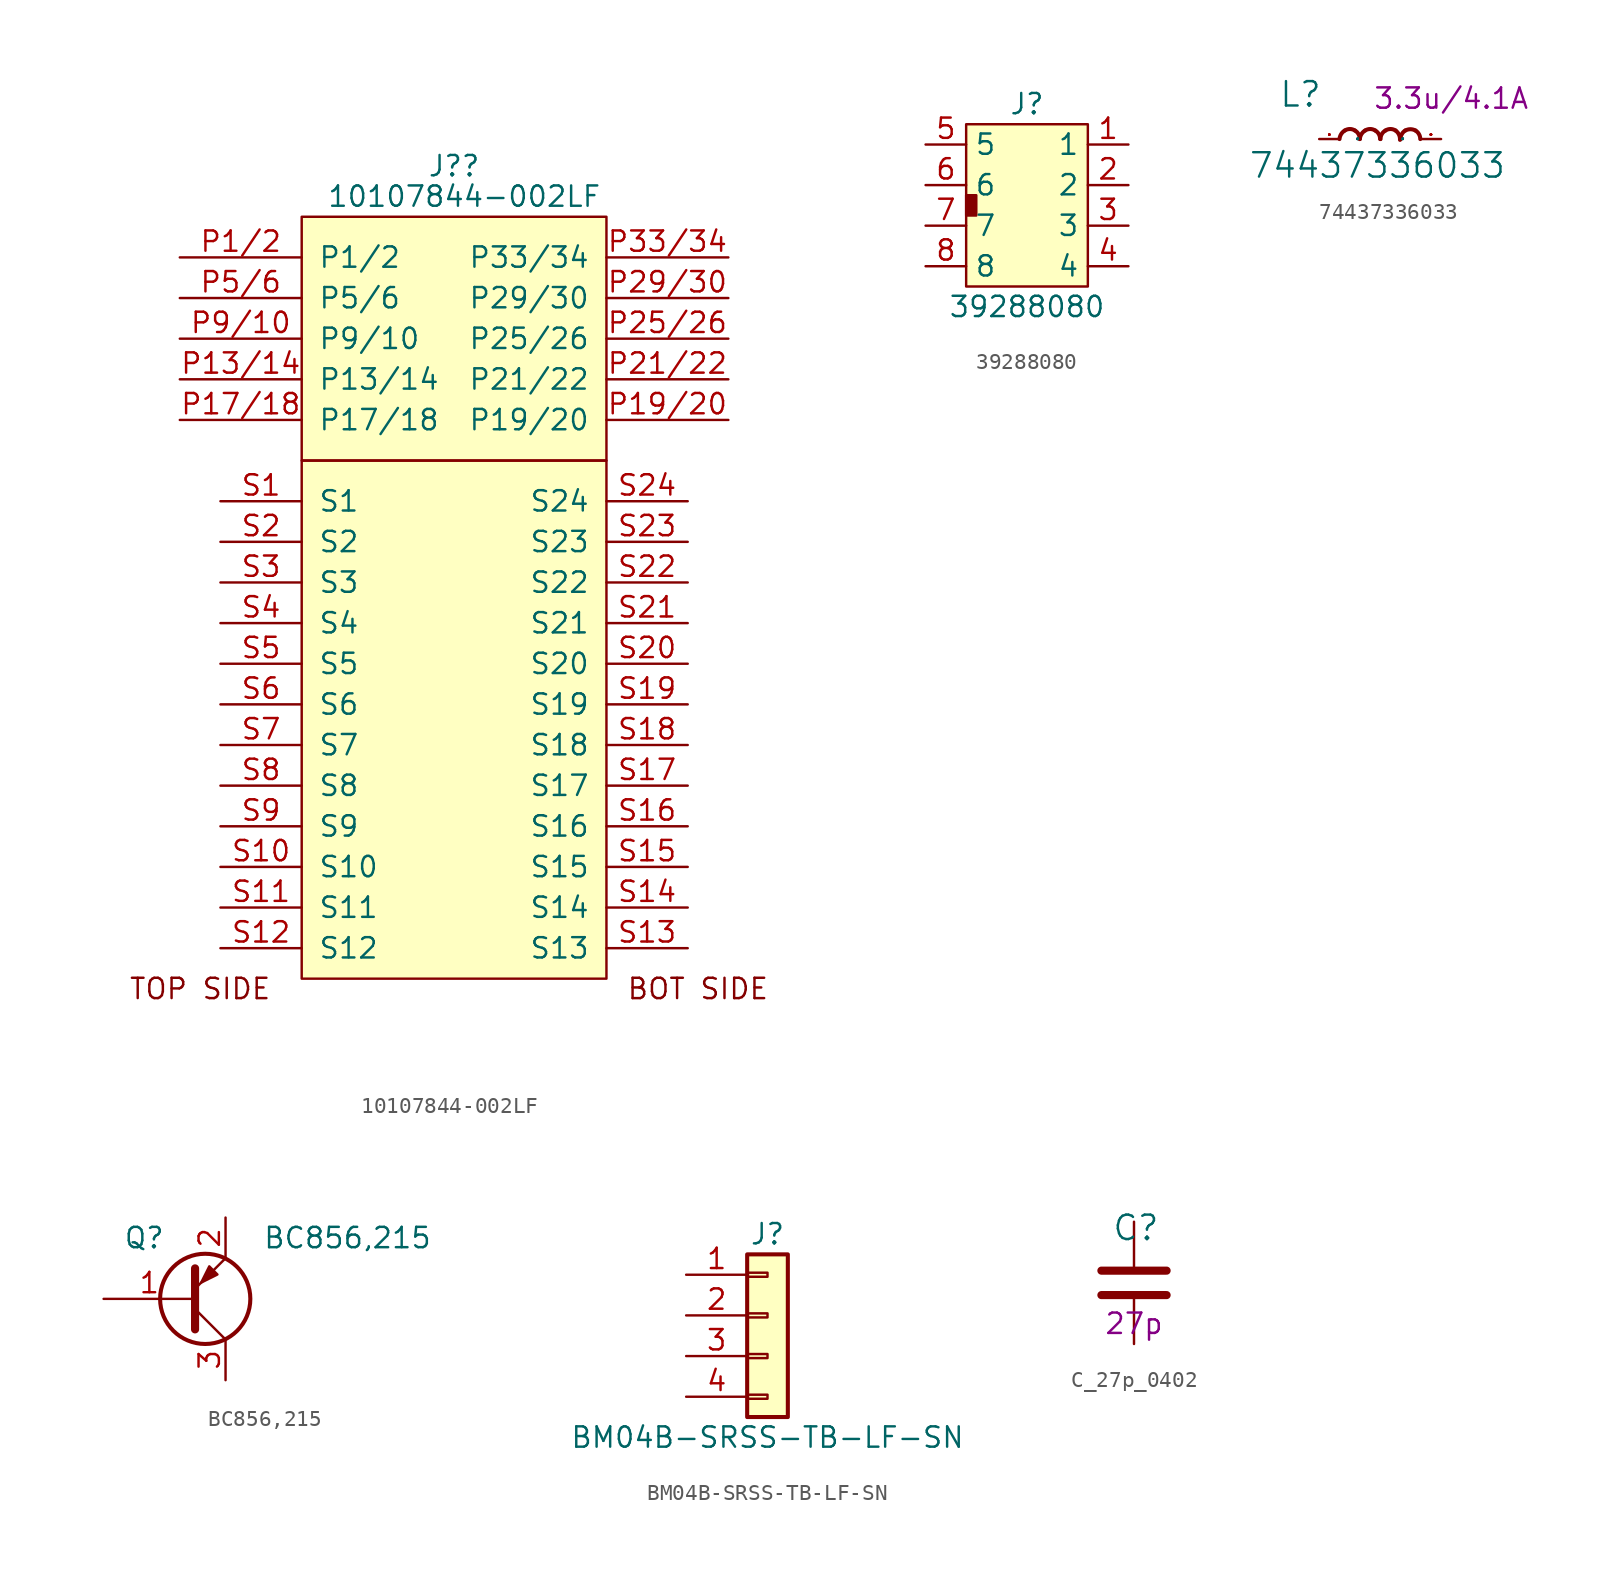
<source format=kicad_sym>
(kicad_symbol_lib
  (version 20211014)
  (generator kicad_symbol_editor)
  (symbol "10107844-002LF"
    (pin_names
      (offset 1.016))
    (property "Reference" "J?"
      (at 0 0 0)
      (effects (font (size 1.27 1.27))))
    (property "Value" "10107844-002LF"
      (at 0.635 -1.905 0)
      (effects (font (size 1.27 1.27))))
    (symbol "10107844-002LF_0_0"
      (text "BOT SIDE" (at 15.24 -51.435 0) (effects (font (size 1.27 1.27))))
      (text "TOP SIDE" (at -15.875 -51.435 0) (effects (font (size 1.27 1.27)))))
    (symbol "10107844-002LF_0_1"
      (rectangle (start -9.525 -18.415) (end 9.525 -50.8) (stroke (width 0) (type default) (color 0 0 0 0)) (fill (type background)))
      (rectangle (start -9.525 -3.175) (end 9.525 -18.415) (stroke (width 0) (type default) (color 0 0 0 0)) (fill (type background))))
    (symbol "10107844-002LF_1_1"
      (pin power_in line (at -17.145 -5.715 0) (length 7.62) (name "P1/2" (effects (font (size 1.27 1.27)))) (number "P1/2" (effects (font (size 1.27 1.27)))))
      (pin power_in line (at -17.145 -10.795 0) (length 7.62) hide (name "P11/12" (effects (font (size 1.27 1.27)))) (number "P11/12" (effects (font (size 1.27 1.27)))))
      (pin power_in line (at -17.145 -13.335 0) (length 7.62) (name "P13/14" (effects (font (size 1.27 1.27)))) (number "P13/14" (effects (font (size 1.27 1.27)))))
      (pin power_in line (at -17.145 -13.335 0) (length 7.62) hide (name "P15/16" (effects (font (size 1.27 1.27)))) (number "P15/16" (effects (font (size 1.27 1.27)))))
      (pin power_in line (at -17.145 -15.875 0) (length 7.62) (name "P17/18" (effects (font (size 1.27 1.27)))) (number "P17/18" (effects (font (size 1.27 1.27)))))
      (pin power_in line (at 17.145 -15.875 180) (length 7.62) (name "P19/20" (effects (font (size 1.27 1.27)))) (number "P19/20" (effects (font (size 1.27 1.27)))))
      (pin power_in line (at 17.145 -13.335 180) (length 7.62) (name "P21/22" (effects (font (size 1.27 1.27)))) (number "P21/22" (effects (font (size 1.27 1.27)))))
      (pin power_in line (at 17.145 -13.335 180) (length 7.62) hide (name "P23/24" (effects (font (size 1.27 1.27)))) (number "P23/24" (effects (font (size 1.27 1.27)))))
      (pin power_in line (at 17.145 -10.795 180) (length 7.62) (name "P25/26" (effects (font (size 1.27 1.27)))) (number "P25/26" (effects (font (size 1.27 1.27)))))
      (pin power_in line (at 17.145 -10.795 180) (length 7.62) hide (name "P27/28" (effects (font (size 1.27 1.27)))) (number "P27/28" (effects (font (size 1.27 1.27)))))
      (pin power_in line (at 17.145 -8.255 180) (length 7.62) (name "P29/30" (effects (font (size 1.27 1.27)))) (number "P29/30" (effects (font (size 1.27 1.27)))))
      (pin power_in line (at -17.145 -5.715 0) (length 7.62) hide (name "P3/4" (effects (font (size 1.27 1.27)))) (number "P3/4" (effects (font (size 1.27 1.27)))))
      (pin power_in line (at 17.145 -8.255 180) (length 7.62) hide (name "P31/32" (effects (font (size 1.27 1.27)))) (number "P31/32" (effects (font (size 1.27 1.27)))))
      (pin power_in line (at 17.145 -5.715 180) (length 7.62) (name "P33/34" (effects (font (size 1.27 1.27)))) (number "P33/34" (effects (font (size 1.27 1.27)))))
      (pin power_in line (at 17.145 -5.715 180) (length 7.62) hide (name "P35/36" (effects (font (size 1.27 1.27)))) (number "P35/36" (effects (font (size 1.27 1.27)))))
      (pin power_in line (at -17.145 -8.255 0) (length 7.62) (name "P5/6" (effects (font (size 1.27 1.27)))) (number "P5/6" (effects (font (size 1.27 1.27)))))
      (pin power_in line (at -17.145 -8.255 0) (length 7.62) hide (name "P7/8" (effects (font (size 1.27 1.27)))) (number "P7/8" (effects (font (size 1.27 1.27)))))
      (pin power_in line (at -17.145 -10.795 0) (length 7.62) (name "P9/10" (effects (font (size 1.27 1.27)))) (number "P9/10" (effects (font (size 1.27 1.27)))))
      (pin power_in line (at -14.605 -20.955 0) (length 5.08) (name "S1" (effects (font (size 1.27 1.27)))) (number "S1" (effects (font (size 1.27 1.27)))))
      (pin power_in line (at -14.605 -43.815 0) (length 5.08) (name "S10" (effects (font (size 1.27 1.27)))) (number "S10" (effects (font (size 1.27 1.27)))))
      (pin power_in line (at -14.605 -46.355 0) (length 5.08) (name "S11" (effects (font (size 1.27 1.27)))) (number "S11" (effects (font (size 1.27 1.27)))))
      (pin power_in line (at -14.605 -48.895 0) (length 5.08) (name "S12" (effects (font (size 1.27 1.27)))) (number "S12" (effects (font (size 1.27 1.27)))))
      (pin power_in line (at 14.605 -48.895 180) (length 5.08) (name "S13" (effects (font (size 1.27 1.27)))) (number "S13" (effects (font (size 1.27 1.27)))))
      (pin power_in line (at 14.605 -46.355 180) (length 5.08) (name "S14" (effects (font (size 1.27 1.27)))) (number "S14" (effects (font (size 1.27 1.27)))))
      (pin power_in line (at 14.605 -43.815 180) (length 5.08) (name "S15" (effects (font (size 1.27 1.27)))) (number "S15" (effects (font (size 1.27 1.27)))))
      (pin power_in line (at 14.605 -41.275 180) (length 5.08) (name "S16" (effects (font (size 1.27 1.27)))) (number "S16" (effects (font (size 1.27 1.27)))))
      (pin power_in line (at 14.605 -38.735 180) (length 5.08) (name "S17" (effects (font (size 1.27 1.27)))) (number "S17" (effects (font (size 1.27 1.27)))))
      (pin power_in line (at 14.605 -36.195 180) (length 5.08) (name "S18" (effects (font (size 1.27 1.27)))) (number "S18" (effects (font (size 1.27 1.27)))))
      (pin power_in line (at 14.605 -33.655 180) (length 5.08) (name "S19" (effects (font (size 1.27 1.27)))) (number "S19" (effects (font (size 1.27 1.27)))))
      (pin power_in line (at -14.605 -23.495 0) (length 5.08) (name "S2" (effects (font (size 1.27 1.27)))) (number "S2" (effects (font (size 1.27 1.27)))))
      (pin power_in line (at 14.605 -31.115 180) (length 5.08) (name "S20" (effects (font (size 1.27 1.27)))) (number "S20" (effects (font (size 1.27 1.27)))))
      (pin power_in line (at 14.605 -28.575 180) (length 5.08) (name "S21" (effects (font (size 1.27 1.27)))) (number "S21" (effects (font (size 1.27 1.27)))))
      (pin power_in line (at 14.605 -26.035 180) (length 5.08) (name "S22" (effects (font (size 1.27 1.27)))) (number "S22" (effects (font (size 1.27 1.27)))))
      (pin power_in line (at 14.605 -23.495 180) (length 5.08) (name "S23" (effects (font (size 1.27 1.27)))) (number "S23" (effects (font (size 1.27 1.27)))))
      (pin power_in line (at 14.605 -20.955 180) (length 5.08) (name "S24" (effects (font (size 1.27 1.27)))) (number "S24" (effects (font (size 1.27 1.27)))))
      (pin power_in line (at -14.605 -26.035 0) (length 5.08) (name "S3" (effects (font (size 1.27 1.27)))) (number "S3" (effects (font (size 1.27 1.27)))))
      (pin power_in line (at -14.605 -28.575 0) (length 5.08) (name "S4" (effects (font (size 1.27 1.27)))) (number "S4" (effects (font (size 1.27 1.27)))))
      (pin power_in line (at -14.605 -31.115 0) (length 5.08) (name "S5" (effects (font (size 1.27 1.27)))) (number "S5" (effects (font (size 1.27 1.27)))))
      (pin power_in line (at -14.605 -33.655 0) (length 5.08) (name "S6" (effects (font (size 1.27 1.27)))) (number "S6" (effects (font (size 1.27 1.27)))))
      (pin power_in line (at -14.605 -36.195 0) (length 5.08) (name "S7" (effects (font (size 1.27 1.27)))) (number "S7" (effects (font (size 1.27 1.27)))))
      (pin power_in line (at -14.605 -38.735 0) (length 5.08) (name "S8" (effects (font (size 1.27 1.27)))) (number "S8" (effects (font (size 1.27 1.27)))))
      (pin power_in line (at -14.605 -41.275 0) (length 5.08) (name "S9" (effects (font (size 1.27 1.27)))) (number "S9" (effects (font (size 1.27 1.27)))))))
  (symbol "39288080"
    (property "Reference" "J"
      (at 0 6.35 0)
      (effects (font (size 1.27 1.27))))
    (property "Value" "39288080"
      (at 0 -6.35 0)
      (effects (font (size 1.27 1.27))))
    (symbol "39288080_0_1"
      (rectangle (start -3.81 0.635) (end -3.175 -0.635) (stroke (width 0) (type default) (color 0 0 0 0)) (fill (type outline)))
      (rectangle (start -3.81 5.08) (end 3.81 -5.08) (stroke (width 0) (type default) (color 0 0 0 0)) (fill (type background))))
    (symbol "39288080_1_1"
      (pin bidirectional line (at 6.35 3.81 180) (length 2.54) (name "1" (effects (font (size 1.27 1.27)))) (number "1" (effects (font (size 1.27 1.27)))))
      (pin bidirectional line (at 6.35 1.27 180) (length 2.54) (name "2" (effects (font (size 1.27 1.27)))) (number "2" (effects (font (size 1.27 1.27)))))
      (pin bidirectional line (at 6.35 -1.27 180) (length 2.54) (name "3" (effects (font (size 1.27 1.27)))) (number "3" (effects (font (size 1.27 1.27)))))
      (pin bidirectional line (at 6.35 -3.81 180) (length 2.54) (name "4" (effects (font (size 1.27 1.27)))) (number "4" (effects (font (size 1.27 1.27)))))
      (pin bidirectional line (at -6.35 3.81 0) (length 2.54) (name "5" (effects (font (size 1.27 1.27)))) (number "5" (effects (font (size 1.27 1.27)))))
      (pin bidirectional line (at -6.35 1.27 0) (length 2.54) (name "6" (effects (font (size 1.27 1.27)))) (number "6" (effects (font (size 1.27 1.27)))))
      (pin bidirectional line (at -6.35 -1.27 0) (length 2.54) (name "7" (effects (font (size 1.27 1.27)))) (number "7" (effects (font (size 1.27 1.27)))))
      (pin bidirectional line (at -6.35 -3.81 0) (length 2.54) (name "8" (effects (font (size 1.27 1.27)))) (number "8" (effects (font (size 1.27 1.27)))))))
  (symbol "74437336033"
    (pin_names
      (offset 1.016))
    (property "Reference" "L"
      (at -6.35 1.905 0)
      (effects (font (size 1.524 1.524)) (justify left bottom)))
    (property "Value" "74437336033"
      (at -8.255 -2.54 0)
      (effects (font (size 1.524 1.524)) (justify left bottom)))
    (property "Val" "3.3u/4.1A"
      (at 4.445 2.54 0)
      (effects (font (size 1.27 1.27))))
    (symbol "74437336033_0_1"
      (pin passive line (at -3.81 0 0) (length 1.27) (name "P" (effects (font (size 0.025 0.025)))) (number "1" (effects (font (size 0.025 0.025)))))
      (pin passive line (at 3.81 0 180) (length 1.27) (name "P" (effects (font (size 0.025 0.025)))) (number "2" (effects (font (size 0.025 0.025))))))
    (symbol "74437336033_1_1"
      (arc (start -2.2098 0.5334) (mid -2.4364 0.3084) (end -2.54 0) (stroke (width 0.254) (type default) (color 0 0 0 0)) (fill (type none)))
      (arc (start -1.5748 0.5334) (mid -1.894 0.6272) (end -2.2098 0.5334) (stroke (width 0.254) (type default) (color 0 0 0 0)) (fill (type none)))
      (arc (start -1.27 0) (mid -1.3503 0.309) (end -1.5748 0.5334) (stroke (width 0.254) (type default) (color 0 0 0 0)) (fill (type none)))
      (arc (start -0.9398 0.5334) (mid -1.1664 0.3084) (end -1.27 0) (stroke (width 0.254) (type default) (color 0 0 0 0)) (fill (type none)))
      (arc (start -0.3048 0.5334) (mid -0.624 0.6272) (end -0.9398 0.5334) (stroke (width 0.254) (type default) (color 0 0 0 0)) (fill (type none)))
      (arc (start 0 0) (mid -0.0803 0.309) (end -0.3048 0.5334) (stroke (width 0.254) (type default) (color 0 0 0 0)) (fill (type none)))
      (arc (start 0.3302 0.5334) (mid 0.1036 0.3084) (end 0.0254 0) (stroke (width 0.254) (type default) (color 0 0 0 0)) (fill (type none)))
      (arc (start 0.9652 0.5334) (mid 0.646 0.6272) (end 0.3302 0.5334) (stroke (width 0.254) (type default) (color 0 0 0 0)) (fill (type none)))
      (arc (start 1.2446 -0.0508) (mid 1.1813 0.2752) (end 0.9652 0.5334) (stroke (width 0.254) (type default) (color 0 0 0 0)) (fill (type none)))
      (arc (start 1.5748 0.5334) (mid 1.357 0.3053) (end 1.27 0) (stroke (width 0.254) (type default) (color 0 0 0 0)) (fill (type none)))
      (arc (start 2.2098 0.5334) (mid 1.8942 0.6142) (end 1.5748 0.5334) (stroke (width 0.254) (type default) (color 0 0 0 0)) (fill (type none)))
      (arc (start 2.5146 0) (mid 2.4322 0.306) (end 2.2098 0.5334) (stroke (width 0.254) (type default) (color 0 0 0 0)) (fill (type none)))))
  (symbol "BC856,215"
    (pin_names
      (offset 1.016))
    (property "Reference" "Q"
      (at -2.54 3.81 0)
      (effects (font (size 1.27 1.27))))
    (property "Value" "BC856,215"
      (at 10.16 3.81 0)
      (effects (font (size 1.27 1.27))))
    (symbol "BC856,215_1_1"
      (polyline (pts (xy 0.635 0.635) (xy 2.54 2.54)) (stroke (width 0) (type default) (color 0 0 0 0)) (fill (type none)))
      (polyline (pts (xy 0.635 -0.635) (xy 2.54 -2.54) (xy 2.54 -2.54)) (stroke (width 0) (type default) (color 0 0 0 0)) (fill (type none)))
      (polyline (pts (xy 0.635 1.905) (xy 0.635 -1.905) (xy 0.635 -1.905)) (stroke (width 0.508) (type default) (color 0 0 0 0)) (fill (type none)))
      (polyline (pts (xy 1.524 2.032) (xy 2.032 1.524) (xy 1.016 1.016) (xy 1.524 2.032) (xy 1.524 2.032)) (stroke (width 0) (type default) (color 0 0 0 0)) (fill (type outline)))
      (circle (center 1.27 0) (radius 2.819) (stroke (width 0.254) (type default) (color 0 0 0 0)) (fill (type none)))
      (pin input line (at -5.08 0 0) (length 5.715) (name "~" (effects (font (size 1.27 1.27)))) (number "1" (effects (font (size 1.27 1.27)))))
      (pin passive line (at 2.54 5.08 270) (length 2.54) (name "~" (effects (font (size 1.27 1.27)))) (number "2" (effects (font (size 1.27 1.27)))))
      (pin passive line (at 2.54 -5.08 90) (length 2.54) (name "~" (effects (font (size 1.27 1.27)))) (number "3" (effects (font (size 1.27 1.27)))))))
  (symbol "BM04B-SRSS-TB-LF-SN"
    (pin_names
      (offset 1.016) hide)
    (property "Reference" "J"
      (at 0 8.89 0)
      (effects (font (size 1.27 1.27))))
    (property "Value" "BM04B-SRSS-TB-LF-SN"
      (at 0 -3.81 0)
      (effects (font (size 1.27 1.27))))
    (symbol "BM04B-SRSS-TB-LF-SN_1_1"
      (rectangle (start -1.27 -1.143) (end 0 -1.397) (stroke (width 0.152) (type default) (color 0 0 0 0)) (fill (type none)))
      (rectangle (start -1.27 1.397) (end 0 1.143) (stroke (width 0.152) (type default) (color 0 0 0 0)) (fill (type none)))
      (rectangle (start -1.27 3.937) (end 0 3.683) (stroke (width 0.152) (type default) (color 0 0 0 0)) (fill (type none)))
      (rectangle (start -1.27 6.477) (end 0 6.223) (stroke (width 0.152) (type default) (color 0 0 0 0)) (fill (type none)))
      (rectangle (start -1.27 7.62) (end 1.27 -2.54) (stroke (width 0.254) (type default) (color 0 0 0 0)) (fill (type background)))
      (pin passive line (at -5.08 6.35 0) (length 3.81) (name "Pin_1" (effects (font (size 1.27 1.27)))) (number "1" (effects (font (size 1.27 1.27)))))
      (pin passive line (at -5.08 3.81 0) (length 3.81) (name "Pin_2" (effects (font (size 1.27 1.27)))) (number "2" (effects (font (size 1.27 1.27)))))
      (pin passive line (at -5.08 1.27 0) (length 3.81) (name "Pin_3" (effects (font (size 1.27 1.27)))) (number "3" (effects (font (size 1.27 1.27)))))
      (pin passive line (at -5.08 -1.27 0) (length 3.81) (name "Pin_4" (effects (font (size 1.27 1.27)))) (number "4" (effects (font (size 1.27 1.27)))))))
  (symbol "C_27p_0402"
    (pin_names
      (offset 0))
    (property "Reference" "C"
      (at -1.397 3.429 0)
      (effects (font (size 1.524 1.524)) (justify left)))
    (property "Val" "27p"
      (at 0 -2.54 0)
      (effects (font (size 1.27 1.27))))
    (symbol "C_27p_0402_1_1"
      (polyline (pts (xy -2.032 -0.762) (xy 2.032 -0.762)) (stroke (width 0.508) (type default) (color 0 0 0 0)) (fill (type none)))
      (polyline (pts (xy -2.032 0.762) (xy 2.032 0.762)) (stroke (width 0.508) (type default) (color 0 0 0 0)) (fill (type none)))
      (pin passive line (at 0 3.81 270) (length 2.794) (name "~" (effects (font (size 0 0)))) (number "1" (effects (font (size 0 0)))))
      (pin passive line (at 0 -3.81 90) (length 2.794) (name "~" (effects (font (size 0 0)))) (number "2" (effects (font (size 0 0))))))))
</source>
